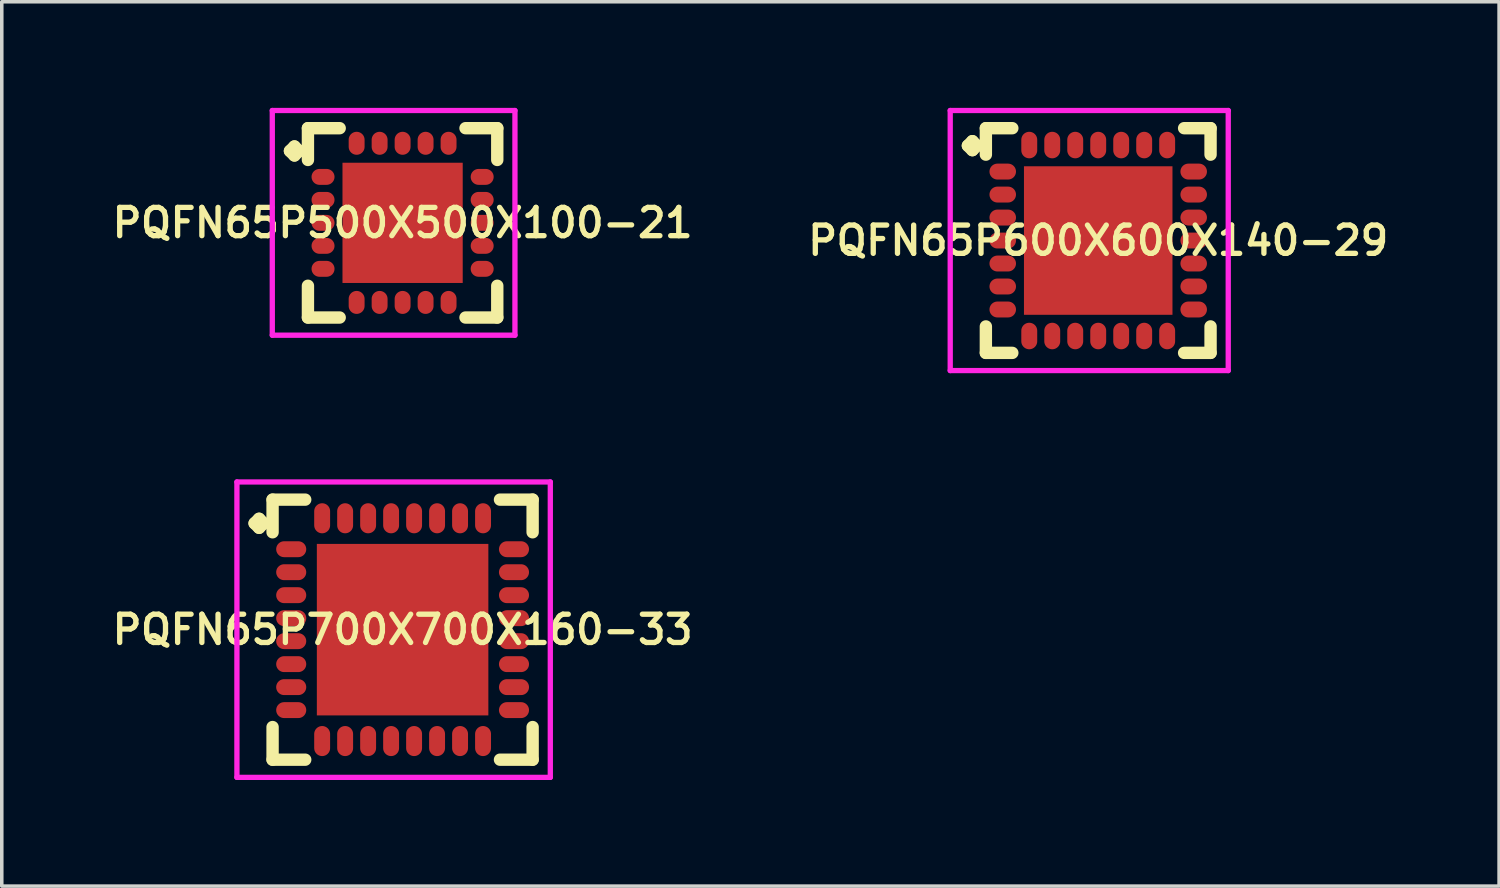
<source format=kicad_pcb>
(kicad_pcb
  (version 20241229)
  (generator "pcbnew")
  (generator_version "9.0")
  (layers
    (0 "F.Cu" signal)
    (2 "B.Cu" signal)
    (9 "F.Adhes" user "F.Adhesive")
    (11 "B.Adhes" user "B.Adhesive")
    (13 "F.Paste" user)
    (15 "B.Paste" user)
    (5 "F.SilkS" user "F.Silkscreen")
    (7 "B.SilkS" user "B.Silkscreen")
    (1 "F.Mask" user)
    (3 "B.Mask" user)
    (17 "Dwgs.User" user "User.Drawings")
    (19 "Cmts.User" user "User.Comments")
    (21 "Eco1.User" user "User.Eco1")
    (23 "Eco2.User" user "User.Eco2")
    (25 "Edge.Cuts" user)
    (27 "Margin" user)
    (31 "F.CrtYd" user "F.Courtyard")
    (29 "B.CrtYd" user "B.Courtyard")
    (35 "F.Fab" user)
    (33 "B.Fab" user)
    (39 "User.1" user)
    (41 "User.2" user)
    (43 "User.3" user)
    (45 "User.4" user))
  (footprint "PQFN65P600X600X140-29"
    (layer "F.Cu")
    (at 28.006 3.752)
    (property "Reference" "PQFN65P600X600X140-29" (at 0 0 0) (layer "F.SilkS") (effects (font (size 0.8 0.8) (thickness 0.15))))
    (attr smd)
    (fp_line (start -3.685 -2.683) (end -3.558 -2.81) (stroke (width 0.35) (type solid)) (layer "F.SilkS"))
    (fp_line (start -3.558 -2.81) (end -3.431 -2.683) (stroke (width 0.35) (type solid)) (layer "F.SilkS"))
    (fp_line (start -3.558 -2.556) (end -3.685 -2.683) (stroke (width 0.35) (type solid)) (layer "F.SilkS"))
    (fp_line (start -3.431 -2.683) (end -3.558 -2.556) (stroke (width 0.35) (type solid)) (layer "F.SilkS"))
    (fp_line (start -3.177 -3.177) (end -2.429 -3.177) (stroke (width 0.35) (type solid)) (layer "F.SilkS"))
    (fp_line (start -3.177 -2.429) (end -3.177 -3.177) (stroke (width 0.35) (type solid)) (layer "F.SilkS"))
    (fp_line (start -3.177 2.429) (end -3.177 3.177) (stroke (width 0.35) (type solid)) (layer "F.SilkS"))
    (fp_line (start -3.177 3.177) (end -2.429 3.177) (stroke (width 0.35) (type solid)) (layer "F.SilkS"))
    (fp_line (start 2.429 -3.177) (end 3.177 -3.177) (stroke (width 0.35) (type solid)) (layer "F.SilkS"))
    (fp_line (start 2.429 3.177) (end 3.177 3.177) (stroke (width 0.35) (type solid)) (layer "F.SilkS"))
    (fp_line (start 3.177 -3.177) (end 3.177 -2.429) (stroke (width 0.35) (type solid)) (layer "F.SilkS"))
    (fp_line (start 3.177 3.177) (end 3.177 2.429) (stroke (width 0.35) (type solid)) (layer "F.SilkS"))
    (fp_line (start -4.185 -3.677) (end 3.677 -3.677) (stroke (width 0.15) (type solid)) (layer "F.CrtYd"))
    (fp_line (start -4.185 3.677) (end -4.185 -3.677) (stroke (width 0.15) (type solid)) (layer "F.CrtYd"))
    (fp_line (start 3.677 -3.677) (end 3.677 3.677) (stroke (width 0.15) (type solid)) (layer "F.CrtYd"))
    (fp_line (start 3.677 3.677) (end -4.185 3.677) (stroke (width 0.15) (type solid)) (layer "F.CrtYd"))
    (pad "1" smd oval (at -2.7 -1.95) (size 0.75 0.45) (layers "F.Cu" "F.Mask" "F.Paste"))
    (pad "2" smd oval (at -2.7 -1.3) (size 0.75 0.45) (layers "F.Cu" "F.Mask" "F.Paste"))
    (pad "3" smd oval (at -2.7 -0.65) (size 0.75 0.45) (layers "F.Cu" "F.Mask" "F.Paste"))
    (pad "4" smd oval (at -2.7 0) (size 0.75 0.45) (layers "F.Cu" "F.Mask" "F.Paste"))
    (pad "5" smd oval (at -2.7 0.65) (size 0.75 0.45) (layers "F.Cu" "F.Mask" "F.Paste"))
    (pad "6" smd oval (at -2.7 1.3) (size 0.75 0.45) (layers "F.Cu" "F.Mask" "F.Paste"))
    (pad "7" smd oval (at -2.7 1.95) (size 0.75 0.45) (layers "F.Cu" "F.Mask" "F.Paste"))
    (pad "8" smd oval (at -1.95 2.7) (size 0.45 0.75) (layers "F.Cu" "F.Mask" "F.Paste"))
    (pad "9" smd oval (at -1.3 2.7) (size 0.45 0.75) (layers "F.Cu" "F.Mask" "F.Paste"))
    (pad "10" smd oval (at -0.65 2.7) (size 0.45 0.75) (layers "F.Cu" "F.Mask" "F.Paste"))
    (pad "11" smd oval (at 0 2.7) (size 0.45 0.75) (layers "F.Cu" "F.Mask" "F.Paste"))
    (pad "12" smd oval (at 0.65 2.7) (size 0.45 0.75) (layers "F.Cu" "F.Mask" "F.Paste"))
    (pad "13" smd oval (at 1.3 2.7) (size 0.45 0.75) (layers "F.Cu" "F.Mask" "F.Paste"))
    (pad "14" smd oval (at 1.95 2.7) (size 0.45 0.75) (layers "F.Cu" "F.Mask" "F.Paste"))
    (pad "15" smd oval (at 2.7 1.95) (size 0.75 0.45) (layers "F.Cu" "F.Mask" "F.Paste"))
    (pad "16" smd oval (at 2.7 1.3) (size 0.75 0.45) (layers "F.Cu" "F.Mask" "F.Paste"))
    (pad "17" smd oval (at 2.7 0.65) (size 0.75 0.45) (layers "F.Cu" "F.Mask" "F.Paste"))
    (pad "18" smd oval (at 2.7 0) (size 0.75 0.45) (layers "F.Cu" "F.Mask" "F.Paste"))
    (pad "19" smd oval (at 2.7 -0.65) (size 0.75 0.45) (layers "F.Cu" "F.Mask" "F.Paste"))
    (pad "20" smd oval (at 2.7 -1.3) (size 0.75 0.45) (layers "F.Cu" "F.Mask" "F.Paste"))
    (pad "21" smd oval (at 2.7 -1.95) (size 0.75 0.45) (layers "F.Cu" "F.Mask" "F.Paste"))
    (pad "22" smd oval (at 1.95 -2.7) (size 0.45 0.75) (layers "F.Cu" "F.Mask" "F.Paste"))
    (pad "23" smd oval (at 1.3 -2.7) (size 0.45 0.75) (layers "F.Cu" "F.Mask" "F.Paste"))
    (pad "24" smd oval (at 0.65 -2.7) (size 0.45 0.75) (layers "F.Cu" "F.Mask" "F.Paste"))
    (pad "25" smd oval (at 0 -2.7) (size 0.45 0.75) (layers "F.Cu" "F.Mask" "F.Paste"))
    (pad "26" smd oval (at -0.65 -2.7) (size 0.45 0.75) (layers "F.Cu" "F.Mask" "F.Paste"))
    (pad "27" smd oval (at -1.3 -2.7) (size 0.45 0.75) (layers "F.Cu" "F.Mask" "F.Paste"))
    (pad "28" smd oval (at -1.95 -2.7) (size 0.45 0.75) (layers "F.Cu" "F.Mask" "F.Paste"))
    (pad "29" smd rect (at 0 0) (size 4.2 4.2) (layers "F.Cu" "F.Mask" "F.Paste")))
  (footprint "PQFN65P500X500X100-21"
    (layer "F.Cu")
    (at 8.335 3.252)
    (property "Reference" "PQFN65P500X500X100-21" (at 0 0 0) (layer "F.SilkS") (effects (font (size 0.8 0.8) (thickness 0.15))))
    (attr smd)
    (fp_line (start -3.185 -2.033) (end -3.058 -2.16) (stroke (width 0.35) (type solid)) (layer "F.SilkS"))
    (fp_line (start -3.058 -2.16) (end -2.931 -2.033) (stroke (width 0.35) (type solid)) (layer "F.SilkS"))
    (fp_line (start -3.058 -1.906) (end -3.185 -2.033) (stroke (width 0.35) (type solid)) (layer "F.SilkS"))
    (fp_line (start -2.931 -2.033) (end -3.058 -1.906) (stroke (width 0.35) (type solid)) (layer "F.SilkS"))
    (fp_line (start -2.677 -2.677) (end -1.779 -2.677) (stroke (width 0.35) (type solid)) (layer "F.SilkS"))
    (fp_line (start -2.677 -1.779) (end -2.677 -2.677) (stroke (width 0.35) (type solid)) (layer "F.SilkS"))
    (fp_line (start -2.677 1.779) (end -2.677 2.677) (stroke (width 0.35) (type solid)) (layer "F.SilkS"))
    (fp_line (start -2.677 2.677) (end -1.779 2.677) (stroke (width 0.35) (type solid)) (layer "F.SilkS"))
    (fp_line (start 1.779 -2.677) (end 2.677 -2.677) (stroke (width 0.35) (type solid)) (layer "F.SilkS"))
    (fp_line (start 1.779 2.677) (end 2.677 2.677) (stroke (width 0.35) (type solid)) (layer "F.SilkS"))
    (fp_line (start 2.677 -2.677) (end 2.677 -1.779) (stroke (width 0.35) (type solid)) (layer "F.SilkS"))
    (fp_line (start 2.677 2.677) (end 2.677 1.779) (stroke (width 0.35) (type solid)) (layer "F.SilkS"))
    (fp_line (start -3.685 -3.177) (end 3.177 -3.177) (stroke (width 0.15) (type solid)) (layer "F.CrtYd"))
    (fp_line (start -3.685 3.177) (end -3.685 -3.177) (stroke (width 0.15) (type solid)) (layer "F.CrtYd"))
    (fp_line (start 3.177 -3.177) (end 3.177 3.177) (stroke (width 0.15) (type solid)) (layer "F.CrtYd"))
    (fp_line (start 3.177 3.177) (end -3.685 3.177) (stroke (width 0.15) (type solid)) (layer "F.CrtYd"))
    (pad "1" smd oval (at -2.25 -1.3) (size 0.65 0.45) (layers "F.Cu" "F.Mask" "F.Paste"))
    (pad "2" smd oval (at -2.25 -0.65) (size 0.65 0.45) (layers "F.Cu" "F.Mask" "F.Paste"))
    (pad "3" smd oval (at -2.25 0) (size 0.65 0.45) (layers "F.Cu" "F.Mask" "F.Paste"))
    (pad "4" smd oval (at -2.25 0.65) (size 0.65 0.45) (layers "F.Cu" "F.Mask" "F.Paste"))
    (pad "5" smd oval (at -2.25 1.3) (size 0.65 0.45) (layers "F.Cu" "F.Mask" "F.Paste"))
    (pad "6" smd oval (at -1.3 2.25) (size 0.45 0.65) (layers "F.Cu" "F.Mask" "F.Paste"))
    (pad "7" smd oval (at -0.65 2.25) (size 0.45 0.65) (layers "F.Cu" "F.Mask" "F.Paste"))
    (pad "8" smd oval (at 0 2.25) (size 0.45 0.65) (layers "F.Cu" "F.Mask" "F.Paste"))
    (pad "9" smd oval (at 0.65 2.25) (size 0.45 0.65) (layers "F.Cu" "F.Mask" "F.Paste"))
    (pad "10" smd oval (at 1.3 2.25) (size 0.45 0.65) (layers "F.Cu" "F.Mask" "F.Paste"))
    (pad "11" smd oval (at 2.25 1.3) (size 0.65 0.45) (layers "F.Cu" "F.Mask" "F.Paste"))
    (pad "12" smd oval (at 2.25 0.65) (size 0.65 0.45) (layers "F.Cu" "F.Mask" "F.Paste"))
    (pad "13" smd oval (at 2.25 0) (size 0.65 0.45) (layers "F.Cu" "F.Mask" "F.Paste"))
    (pad "14" smd oval (at 2.25 -0.65) (size 0.65 0.45) (layers "F.Cu" "F.Mask" "F.Paste"))
    (pad "15" smd oval (at 2.25 -1.3) (size 0.65 0.45) (layers "F.Cu" "F.Mask" "F.Paste"))
    (pad "16" smd oval (at 1.3 -2.25) (size 0.45 0.65) (layers "F.Cu" "F.Mask" "F.Paste"))
    (pad "17" smd oval (at 0.65 -2.25) (size 0.45 0.65) (layers "F.Cu" "F.Mask" "F.Paste"))
    (pad "18" smd oval (at 0 -2.25) (size 0.45 0.65) (layers "F.Cu" "F.Mask" "F.Paste"))
    (pad "19" smd oval (at -0.65 -2.25) (size 0.45 0.65) (layers "F.Cu" "F.Mask" "F.Paste"))
    (pad "20" smd oval (at -1.3 -2.25) (size 0.45 0.65) (layers "F.Cu" "F.Mask" "F.Paste"))
    (pad "21" smd rect (at 0 0) (size 3.4 3.4) (layers "F.Cu" "F.Mask" "F.Paste")))
  (footprint "PQFN65P700X700X160-33"
    (layer "F.Cu")
    (at 8.335 14.756)
    (property "Reference" "PQFN65P700X700X160-33" (at 0 0 0) (layer "F.SilkS") (effects (font (size 0.8 0.8) (thickness 0.15))))
    (attr smd)
    (fp_line (start -4.185 -3.008) (end -4.058 -3.135) (stroke (width 0.35) (type solid)) (layer "F.SilkS"))
    (fp_line (start -4.058 -3.135) (end -3.931 -3.008) (stroke (width 0.35) (type solid)) (layer "F.SilkS"))
    (fp_line (start -4.058 -2.881) (end -4.185 -3.008) (stroke (width 0.35) (type solid)) (layer "F.SilkS"))
    (fp_line (start -3.931 -3.008) (end -4.058 -2.881) (stroke (width 0.35) (type solid)) (layer "F.SilkS"))
    (fp_line (start -3.677 -3.677) (end -2.754 -3.677) (stroke (width 0.35) (type solid)) (layer "F.SilkS"))
    (fp_line (start -3.677 -2.754) (end -3.677 -3.677) (stroke (width 0.35) (type solid)) (layer "F.SilkS"))
    (fp_line (start -3.677 2.754) (end -3.677 3.677) (stroke (width 0.35) (type solid)) (layer "F.SilkS"))
    (fp_line (start -3.677 3.677) (end -2.754 3.677) (stroke (width 0.35) (type solid)) (layer "F.SilkS"))
    (fp_line (start 2.754 -3.677) (end 3.677 -3.677) (stroke (width 0.35) (type solid)) (layer "F.SilkS"))
    (fp_line (start 2.754 3.677) (end 3.677 3.677) (stroke (width 0.35) (type solid)) (layer "F.SilkS"))
    (fp_line (start 3.677 -3.677) (end 3.677 -2.754) (stroke (width 0.35) (type solid)) (layer "F.SilkS"))
    (fp_line (start 3.677 3.677) (end 3.677 2.754) (stroke (width 0.35) (type solid)) (layer "F.SilkS"))
    (fp_line (start -4.685 -4.177) (end 4.177 -4.177) (stroke (width 0.15) (type solid)) (layer "F.CrtYd"))
    (fp_line (start -4.685 4.177) (end -4.685 -4.177) (stroke (width 0.15) (type solid)) (layer "F.CrtYd"))
    (fp_line (start 4.177 -4.177) (end 4.177 4.177) (stroke (width 0.15) (type solid)) (layer "F.CrtYd"))
    (fp_line (start 4.177 4.177) (end -4.685 4.177) (stroke (width 0.15) (type solid)) (layer "F.CrtYd"))
    (pad "1" smd oval (at -3.15 -2.275) (size 0.85 0.45) (layers "F.Cu" "F.Mask" "F.Paste"))
    (pad "2" smd oval (at -3.15 -1.625) (size 0.85 0.45) (layers "F.Cu" "F.Mask" "F.Paste"))
    (pad "3" smd oval (at -3.15 -0.975) (size 0.85 0.45) (layers "F.Cu" "F.Mask" "F.Paste"))
    (pad "4" smd oval (at -3.15 -0.325) (size 0.85 0.45) (layers "F.Cu" "F.Mask" "F.Paste"))
    (pad "5" smd oval (at -3.15 0.325) (size 0.85 0.45) (layers "F.Cu" "F.Mask" "F.Paste"))
    (pad "6" smd oval (at -3.15 0.975) (size 0.85 0.45) (layers "F.Cu" "F.Mask" "F.Paste"))
    (pad "7" smd oval (at -3.15 1.625) (size 0.85 0.45) (layers "F.Cu" "F.Mask" "F.Paste"))
    (pad "8" smd oval (at -3.15 2.275) (size 0.85 0.45) (layers "F.Cu" "F.Mask" "F.Paste"))
    (pad "9" smd oval (at -2.275 3.15) (size 0.45 0.85) (layers "F.Cu" "F.Mask" "F.Paste"))
    (pad "10" smd oval (at -1.625 3.15) (size 0.45 0.85) (layers "F.Cu" "F.Mask" "F.Paste"))
    (pad "11" smd oval (at -0.975 3.15) (size 0.45 0.85) (layers "F.Cu" "F.Mask" "F.Paste"))
    (pad "12" smd oval (at -0.325 3.15) (size 0.45 0.85) (layers "F.Cu" "F.Mask" "F.Paste"))
    (pad "13" smd oval (at 0.325 3.15) (size 0.45 0.85) (layers "F.Cu" "F.Mask" "F.Paste"))
    (pad "14" smd oval (at 0.975 3.15) (size 0.45 0.85) (layers "F.Cu" "F.Mask" "F.Paste"))
    (pad "15" smd oval (at 1.625 3.15) (size 0.45 0.85) (layers "F.Cu" "F.Mask" "F.Paste"))
    (pad "16" smd oval (at 2.275 3.15) (size 0.45 0.85) (layers "F.Cu" "F.Mask" "F.Paste"))
    (pad "17" smd oval (at 3.15 2.275) (size 0.85 0.45) (layers "F.Cu" "F.Mask" "F.Paste"))
    (pad "18" smd oval (at 3.15 1.625) (size 0.85 0.45) (layers "F.Cu" "F.Mask" "F.Paste"))
    (pad "19" smd oval (at 3.15 0.975) (size 0.85 0.45) (layers "F.Cu" "F.Mask" "F.Paste"))
    (pad "20" smd oval (at 3.15 0.325) (size 0.85 0.45) (layers "F.Cu" "F.Mask" "F.Paste"))
    (pad "21" smd oval (at 3.15 -0.325) (size 0.85 0.45) (layers "F.Cu" "F.Mask" "F.Paste"))
    (pad "22" smd oval (at 3.15 -0.975) (size 0.85 0.45) (layers "F.Cu" "F.Mask" "F.Paste"))
    (pad "23" smd oval (at 3.15 -1.625) (size 0.85 0.45) (layers "F.Cu" "F.Mask" "F.Paste"))
    (pad "24" smd oval (at 3.15 -2.275) (size 0.85 0.45) (layers "F.Cu" "F.Mask" "F.Paste"))
    (pad "25" smd oval (at 2.275 -3.15) (size 0.45 0.85) (layers "F.Cu" "F.Mask" "F.Paste"))
    (pad "26" smd oval (at 1.625 -3.15) (size 0.45 0.85) (layers "F.Cu" "F.Mask" "F.Paste"))
    (pad "27" smd oval (at 0.975 -3.15) (size 0.45 0.85) (layers "F.Cu" "F.Mask" "F.Paste"))
    (pad "28" smd oval (at 0.325 -3.15) (size 0.45 0.85) (layers "F.Cu" "F.Mask" "F.Paste"))
    (pad "29" smd oval (at -0.325 -3.15) (size 0.45 0.85) (layers "F.Cu" "F.Mask" "F.Paste"))
    (pad "30" smd oval (at -0.975 -3.15) (size 0.45 0.85) (layers "F.Cu" "F.Mask" "F.Paste"))
    (pad "31" smd oval (at -1.625 -3.15) (size 0.45 0.85) (layers "F.Cu" "F.Mask" "F.Paste"))
    (pad "32" smd oval (at -2.275 -3.15) (size 0.45 0.85) (layers "F.Cu" "F.Mask" "F.Paste"))
    (pad "33" smd rect (at 0 0) (size 4.85 4.85) (layers "F.Cu" "F.Mask" "F.Paste")))
  (gr_rect
    (start -3 -3)
    (end 39.342 22.008)
    (stroke (width 0.1) (type default))
    (fill no)
    (layer "Edge.Cuts")))
</source>
